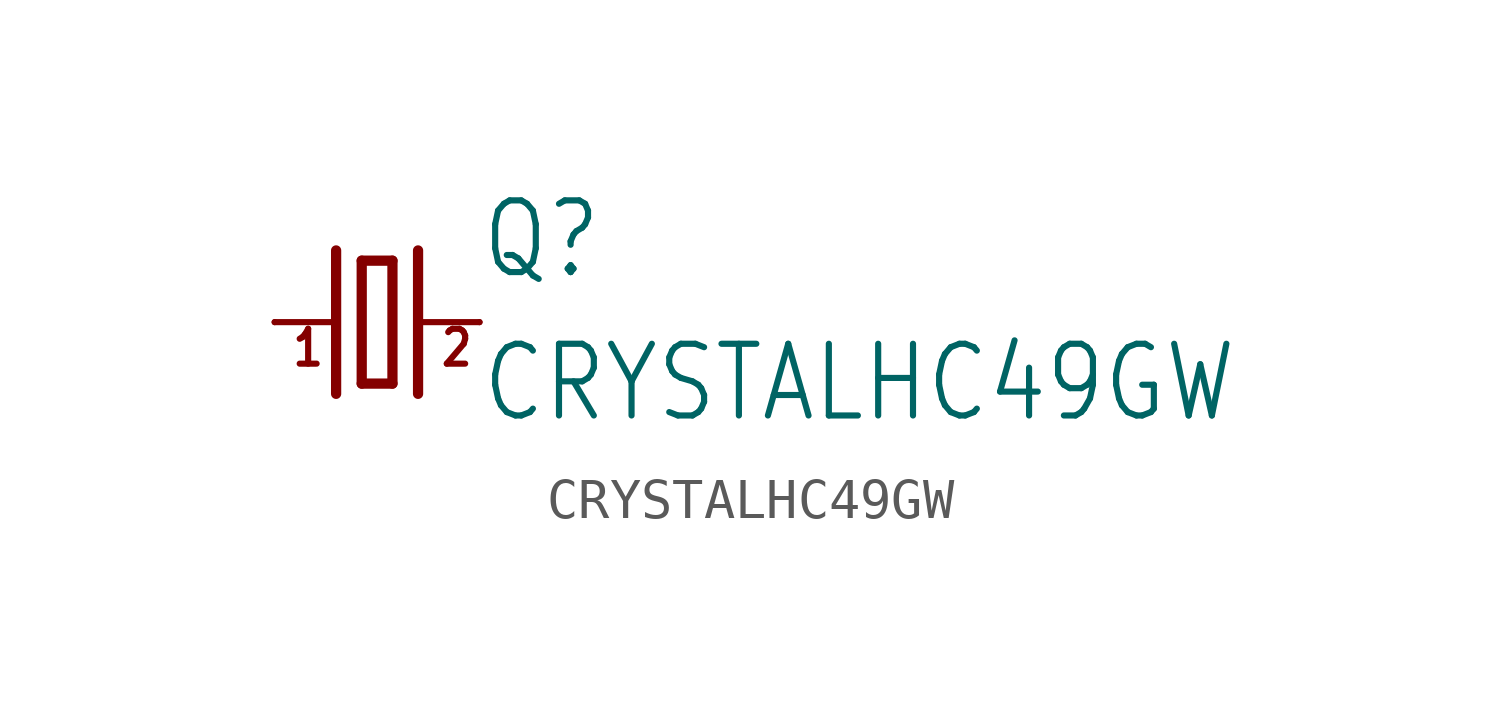
<source format=kicad_sym>
(kicad_symbol_lib
  (version 20211014)
  (generator kicad_symbol_editor)
  (symbol "CRYSTALHC49GW"
    (property "Reference" "Q"
      (at 2.54 1.016 0)
      (effects (font (size 1.778 1.511)) (justify left bottom)))
    (property "Value" "CRYSTALHC49GW"
      (at 2.54 -2.54 0)
      (effects (font (size 1.778 1.511)) (justify left bottom)))
    (property "ki_locked" ""
      (at 0 0 0)
      (effects (font (size 1.27 1.27))))
    (symbol "CRYSTALHC49GW_1_0"
      (polyline (pts (xy -2.54 0) (xy -1.016 0)) (stroke (width 0.152) (type default) (color 0 0 0 0)) (fill (type none)))
      (polyline (pts (xy -1.016 1.778) (xy -1.016 -1.778)) (stroke (width 0.254) (type default) (color 0 0 0 0)) (fill (type none)))
      (polyline (pts (xy -0.381 -1.524) (xy 0.381 -1.524)) (stroke (width 0.254) (type default) (color 0 0 0 0)) (fill (type none)))
      (polyline (pts (xy -0.381 1.524) (xy -0.381 -1.524)) (stroke (width 0.254) (type default) (color 0 0 0 0)) (fill (type none)))
      (polyline (pts (xy 0.381 -1.524) (xy 0.381 1.524)) (stroke (width 0.254) (type default) (color 0 0 0 0)) (fill (type none)))
      (polyline (pts (xy 0.381 1.524) (xy -0.381 1.524)) (stroke (width 0.254) (type default) (color 0 0 0 0)) (fill (type none)))
      (polyline (pts (xy 1.016 0) (xy 2.54 0)) (stroke (width 0.152) (type default) (color 0 0 0 0)) (fill (type none)))
      (polyline (pts (xy 1.016 1.778) (xy 1.016 -1.778)) (stroke (width 0.254) (type default) (color 0 0 0 0)) (fill (type none)))
      (text "1" (at -2.159 -1.143 0) (effects (font (size 0.864 0.734)) (justify left bottom)))
      (text "2" (at 1.524 -1.143 0) (effects (font (size 0.864 0.734)) (justify left bottom)))
      (pin passive line (at -2.54 0 0) (length 0) (name "1" (effects (font (size 0 0)))) (number "1" (effects (font (size 0 0)))))
      (pin passive line (at 2.54 0 180) (length 0) (name "2" (effects (font (size 0 0)))) (number "2" (effects (font (size 0 0))))))))
</source>
